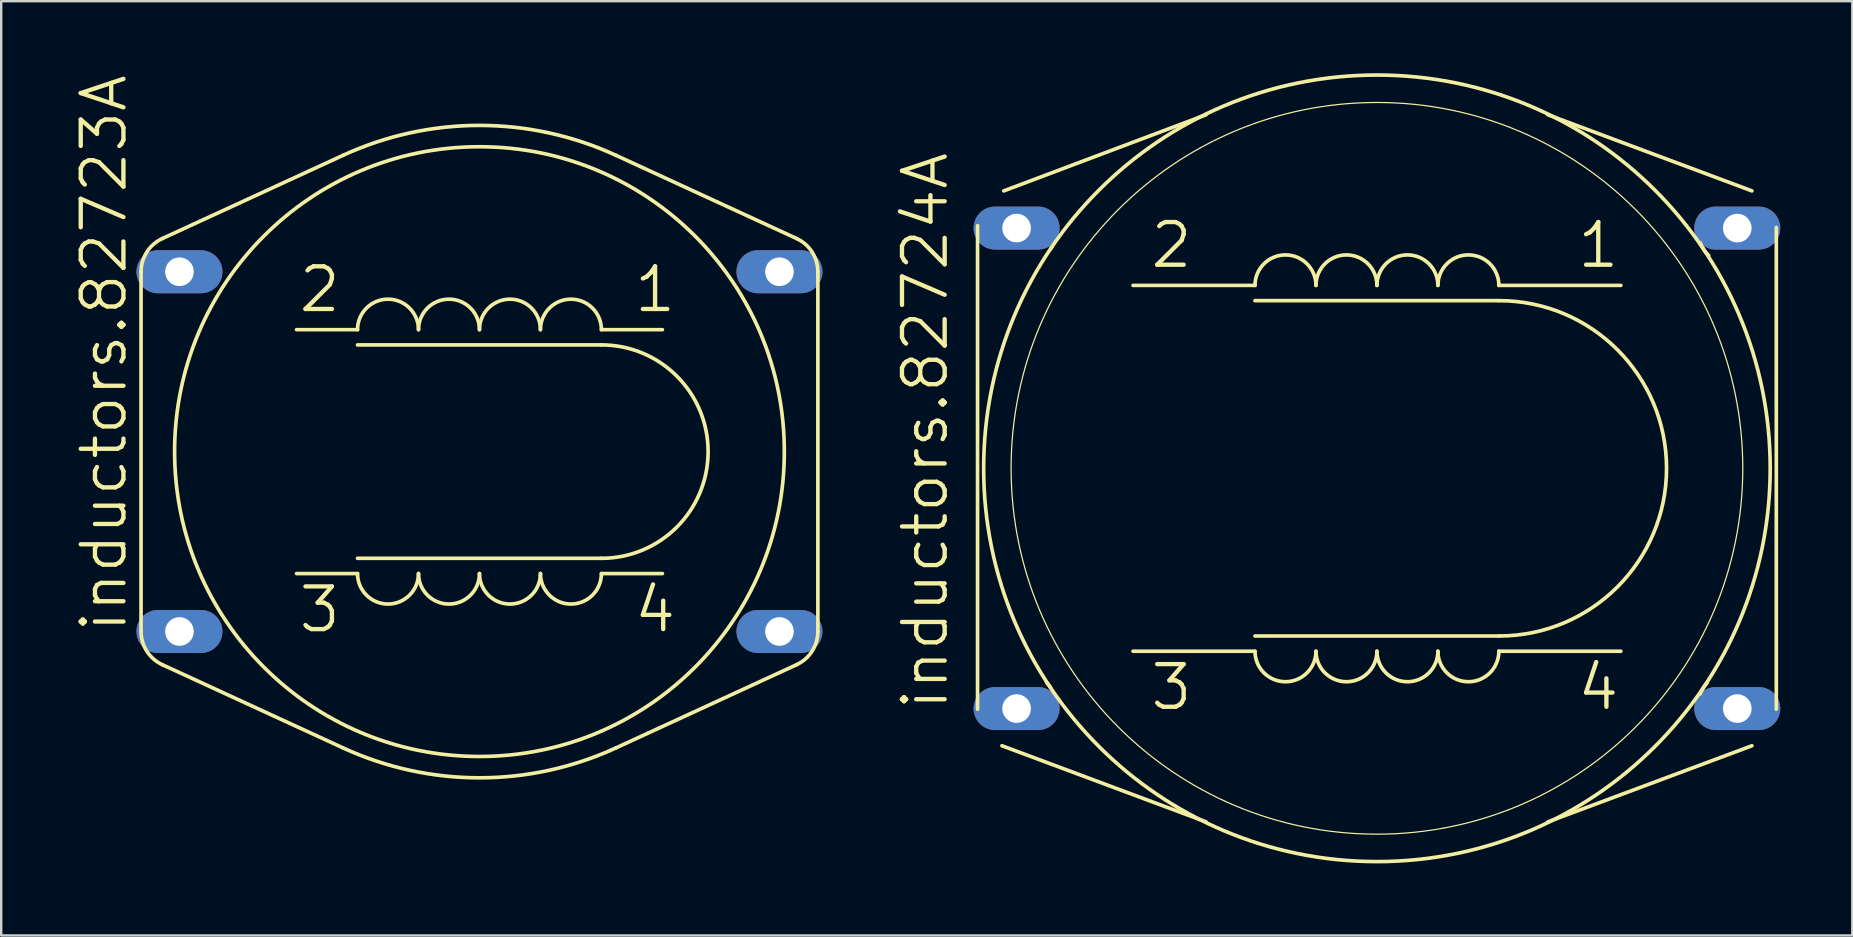
<source format=kicad_pcb>
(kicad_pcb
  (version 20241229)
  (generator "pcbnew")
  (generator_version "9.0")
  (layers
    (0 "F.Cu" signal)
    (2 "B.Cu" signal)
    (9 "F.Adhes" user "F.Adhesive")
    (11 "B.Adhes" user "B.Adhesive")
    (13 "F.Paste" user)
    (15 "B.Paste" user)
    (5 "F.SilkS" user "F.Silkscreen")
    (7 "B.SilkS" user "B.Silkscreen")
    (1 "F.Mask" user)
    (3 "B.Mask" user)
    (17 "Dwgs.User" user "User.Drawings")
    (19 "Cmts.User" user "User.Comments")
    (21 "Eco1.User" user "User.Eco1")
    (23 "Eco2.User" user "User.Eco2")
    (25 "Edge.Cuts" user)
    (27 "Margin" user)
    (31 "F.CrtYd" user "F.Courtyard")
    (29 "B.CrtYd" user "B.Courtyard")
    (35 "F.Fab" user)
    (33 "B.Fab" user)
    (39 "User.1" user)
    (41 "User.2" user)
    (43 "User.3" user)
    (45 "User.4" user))
  (footprint "inductors.82723A"
    (layer "F.Cu")
    (at 16.923 15.763)
    (property "Reference" "inductors.82723A" (at -14.605 7.62 90) (layer "F.SilkS") (effects (font (size 1.778 1.778) (thickness 0.18)) (justify left bottom)))
    (attr through_hole)
    (fp_line (start -14.097 7.493) (end -14.097 -7.493) (stroke (width 0.152) (type default)) (layer "F.SilkS"))
    (fp_line (start -13.21 -8.877) (end -5.684 -12.343) (stroke (width 0.152) (type default)) (layer "F.SilkS"))
    (fp_line (start -5.684 12.343) (end -13.21 8.877) (stroke (width 0.152) (type default)) (layer "F.SilkS"))
    (fp_line (start -5.08 -5.08) (end -7.62 -5.08) (stroke (width 0.152) (type default)) (layer "F.SilkS"))
    (fp_line (start -5.08 -4.445) (end 5.08 -4.445) (stroke (width 0.152) (type default)) (layer "F.SilkS"))
    (fp_line (start -5.08 4.445) (end 5.08 4.445) (stroke (width 0.152) (type default)) (layer "F.SilkS"))
    (fp_line (start -5.08 5.08) (end -7.62 5.08) (stroke (width 0.152) (type default)) (layer "F.SilkS"))
    (fp_line (start 5.08 -5.08) (end 7.62 -5.08) (stroke (width 0.152) (type default)) (layer "F.SilkS"))
    (fp_line (start 5.08 5.08) (end 7.62 5.08) (stroke (width 0.152) (type default)) (layer "F.SilkS"))
    (fp_line (start 13.21 -8.877) (end 5.684 -12.343) (stroke (width 0.152) (type default)) (layer "F.SilkS"))
    (fp_line (start 13.21 8.877) (end 5.684 12.343) (stroke (width 0.152) (type default)) (layer "F.SilkS"))
    (fp_line (start 14.097 -7.493) (end 14.097 7.493) (stroke (width 0.152) (type default)) (layer "F.SilkS"))
    (fp_arc (start -14.0966 -7.4927) (mid -13.855949 -8.31464) (end -13.21 -8.877) (stroke (width 0.1524) (type default)) (layer "F.SilkS"))
    (fp_arc (start -13.21 8.877) (mid -13.855949 8.31464) (end -14.0966 7.4927) (stroke (width 0.1524) (type default)) (layer "F.SilkS"))
    (fp_arc (start -5.684 -12.343) (mid -0.0001 -13.588814) (end 5.6838 -12.343) (stroke (width 0.1524) (type default)) (layer "F.SilkS"))
    (fp_arc (start -5.08 -5.08) (mid -3.81 -6.35) (end -2.54 -5.08) (stroke (width 0.1524) (type default)) (layer "F.SilkS"))
    (fp_arc (start -2.54 -5.08) (mid -1.27 -6.35) (end 0 -5.08) (stroke (width 0.1524) (type default)) (layer "F.SilkS"))
    (fp_arc (start -2.54 5.08) (mid -3.81 6.35) (end -5.08 5.08) (stroke (width 0.1524) (type default)) (layer "F.SilkS"))
    (fp_arc (start 0 -5.08) (mid 1.27 -6.35) (end 2.54 -5.08) (stroke (width 0.1524) (type default)) (layer "F.SilkS"))
    (fp_arc (start 0 5.08) (mid -1.27 6.35) (end -2.54 5.08) (stroke (width 0.1524) (type default)) (layer "F.SilkS"))
    (fp_arc (start 2.54 -5.08) (mid 3.81 -6.35) (end 5.08 -5.08) (stroke (width 0.1524) (type default)) (layer "F.SilkS"))
    (fp_arc (start 2.54 5.08) (mid 1.27 6.35) (end 0 5.08) (stroke (width 0.1524) (type default)) (layer "F.SilkS"))
    (fp_arc (start 5.08 -4.445) (mid 9.525 0) (end 5.08 4.445) (stroke (width 0.1524) (type default)) (layer "F.SilkS"))
    (fp_arc (start 5.08 5.08) (mid 3.81 6.35) (end 2.54 5.08) (stroke (width 0.1524) (type default)) (layer "F.SilkS"))
    (fp_arc (start 5.6838 12.343) (mid -0.0001 13.588814) (end -5.684 12.343) (stroke (width 0.1524) (type default)) (layer "F.SilkS"))
    (fp_arc (start 13.21 -8.877) (mid 13.855949 -8.31464) (end 14.0966 -7.4927) (stroke (width 0.1524) (type default)) (layer "F.SilkS"))
    (fp_arc (start 14.0966 7.4927) (mid 13.855949 8.31464) (end 13.21 8.877) (stroke (width 0.1524) (type default)) (layer "F.SilkS"))
    (fp_circle (center 0 0) (end 12.7 0) (stroke (width 0.152) (type default)) (fill no) (layer "F.SilkS"))
    (fp_text user "1" (at 6.35 -5.715 0) (layer "F.SilkS") (effects (font (size 1.778 1.778) (thickness 0.18)) (justify left bottom)))
    (fp_text user "3" (at -7.62 7.62 0) (layer "F.SilkS") (effects (font (size 1.778 1.778) (thickness 0.18)) (justify left bottom)))
    (fp_text user "2" (at -7.62 -5.715 0) (layer "F.SilkS") (effects (font (size 1.778 1.778) (thickness 0.18)) (justify left bottom)))
    (fp_text user "4" (at 6.35 7.62 0) (layer "F.SilkS") (effects (font (size 1.778 1.778) (thickness 0.18)) (justify left bottom)))
    (pad "1" thru_hole oval (at 12.497 -7.493) (size 3.581 1.791) (drill 1.194) (layers "*.Cu" "*.Mask"))
    (pad "2" thru_hole oval (at -12.497 -7.493) (size 3.581 1.791) (drill 1.194) (layers "*.Cu" "*.Mask"))
    (pad "3" thru_hole oval (at -12.497 7.493) (size 3.581 1.791) (drill 1.194) (layers "*.Cu" "*.Mask"))
    (pad "4" thru_hole oval (at 12.497 7.493) (size 3.581 1.791) (drill 1.194) (layers "*.Cu" "*.Mask")))
  (footprint "inductors.82724A"
    (layer "F.Cu")
    (at 54.309 16.459)
    (property "Reference" "inductors.82724A" (at -17.78 10.16 90) (layer "F.SilkS") (effects (font (size 1.778 1.778) (thickness 0.18)) (justify left bottom)))
    (attr through_hole)
    (fp_line (start -16.637 -10.109) (end -16.637 10.033) (stroke (width 0.152) (type default)) (layer "F.SilkS"))
    (fp_line (start -7.112 -14.732) (end -15.545 -11.557) (stroke (width 0.152) (type default)) (layer "F.SilkS"))
    (fp_line (start -7.112 14.732) (end -15.621 11.557) (stroke (width 0.152) (type default)) (layer "F.SilkS"))
    (fp_line (start -5.08 -7.62) (end -10.16 -7.62) (stroke (width 0.152) (type default)) (layer "F.SilkS"))
    (fp_line (start -5.08 -6.985) (end 5.08 -6.985) (stroke (width 0.152) (type default)) (layer "F.SilkS"))
    (fp_line (start -5.08 6.985) (end 5.08 6.985) (stroke (width 0.152) (type default)) (layer "F.SilkS"))
    (fp_line (start -5.08 7.62) (end -10.16 7.62) (stroke (width 0.152) (type default)) (layer "F.SilkS"))
    (fp_line (start 5.08 -7.62) (end 10.16 -7.62) (stroke (width 0.152) (type default)) (layer "F.SilkS"))
    (fp_line (start 5.08 7.62) (end 10.16 7.62) (stroke (width 0.152) (type default)) (layer "F.SilkS"))
    (fp_line (start 7.112 -14.732) (end 15.621 -11.557) (stroke (width 0.152) (type default)) (layer "F.SilkS"))
    (fp_line (start 7.112 14.732) (end 15.621 11.557) (stroke (width 0.152) (type default)) (layer "F.SilkS"))
    (fp_line (start 16.637 -10.033) (end 16.637 10.033) (stroke (width 0.152) (type default)) (layer "F.SilkS"))
    (fp_arc (start -13.7552 8.9253) (mid -13.667557 9.031198) (end -13.589 9.144) (stroke (width 0.1524) (type default)) (layer "F.SilkS"))
    (fp_arc (start -13.5483 -9.2115) (mid -13.568248 -9.177508) (end -13.589 -9.144) (stroke (width 0.1524) (type default)) (layer "F.SilkS"))
    (fp_arc (start -5.08 -7.62) (mid -3.81 -8.89) (end -2.54 -7.62) (stroke (width 0.1524) (type default)) (layer "F.SilkS"))
    (fp_arc (start -2.54 -7.62) (mid -1.27 -8.89) (end 0 -7.62) (stroke (width 0.1524) (type default)) (layer "F.SilkS"))
    (fp_arc (start -2.54 7.62) (mid -3.81 8.89) (end -5.08 7.62) (stroke (width 0.1524) (type default)) (layer "F.SilkS"))
    (fp_arc (start 0 -7.62) (mid 1.27 -8.89) (end 2.54 -7.62) (stroke (width 0.1524) (type default)) (layer "F.SilkS"))
    (fp_arc (start 0 7.62) (mid -1.27 8.89) (end -2.54 7.62) (stroke (width 0.1524) (type default)) (layer "F.SilkS"))
    (fp_arc (start 2.54 -7.62) (mid 3.81 -8.89) (end 5.08 -7.62) (stroke (width 0.1524) (type default)) (layer "F.SilkS"))
    (fp_arc (start 2.54 7.62) (mid 1.27 8.89) (end 0 7.62) (stroke (width 0.1524) (type default)) (layer "F.SilkS"))
    (fp_arc (start 5.08 -6.985) (mid 12.065 0) (end 5.08 6.985) (stroke (width 0.1524) (type default)) (layer "F.SilkS"))
    (fp_arc (start 5.08 7.62) (mid 3.81 8.89) (end 2.54 7.62) (stroke (width 0.1524) (type default)) (layer "F.SilkS"))
    (fp_arc (start 13.462 9.398) (mid 13.590513 9.150678) (end 13.7588 8.9285) (stroke (width 0.1524) (type default)) (layer "F.SilkS"))
    (fp_arc (start 13.8186 -8.8656) (mid 13.614223 -9.114334) (end 13.462 -9.398) (stroke (width 0.1524) (type default)) (layer "F.SilkS"))
    (fp_circle (center 0 0) (end 15.24 0) (stroke (width 0.051) (type default)) (fill no) (layer "F.SilkS"))
    (fp_circle (center 0 0) (end 16.383 0) (stroke (width 0.152) (type default)) (fill no) (layer "F.SilkS"))
    (fp_text user "4" (at 8.255 10.16 0) (layer "F.SilkS") (effects (font (size 1.778 1.778) (thickness 0.18)) (justify left bottom)))
    (fp_text user "1" (at 8.255 -8.255 0) (layer "F.SilkS") (effects (font (size 1.778 1.778) (thickness 0.18)) (justify left bottom)))
    (fp_text user "3" (at -9.525 10.16 0) (layer "F.SilkS") (effects (font (size 1.778 1.778) (thickness 0.18)) (justify left bottom)))
    (fp_text user "2" (at -9.525 -8.255 0) (layer "F.SilkS") (effects (font (size 1.778 1.778) (thickness 0.18)) (justify left bottom)))
    (pad "1" thru_hole oval (at 15.011 -10.008) (size 3.581 1.791) (drill 1.194) (layers "*.Cu" "*.Mask"))
    (pad "2" thru_hole oval (at -15.011 -10.008) (size 3.581 1.791) (drill 1.194) (layers "*.Cu" "*.Mask"))
    (pad "3" thru_hole oval (at -15.011 10.008) (size 3.581 1.791) (drill 1.194) (layers "*.Cu" "*.Mask"))
    (pad "4" thru_hole oval (at 15.011 10.008) (size 3.581 1.791) (drill 1.194) (layers "*.Cu" "*.Mask")))
  (gr_rect
    (start -3 -3)
    (end 74.111 35.918)
    (stroke (width 0.1) (type default))
    (fill no)
    (layer "Edge.Cuts")))
</source>
